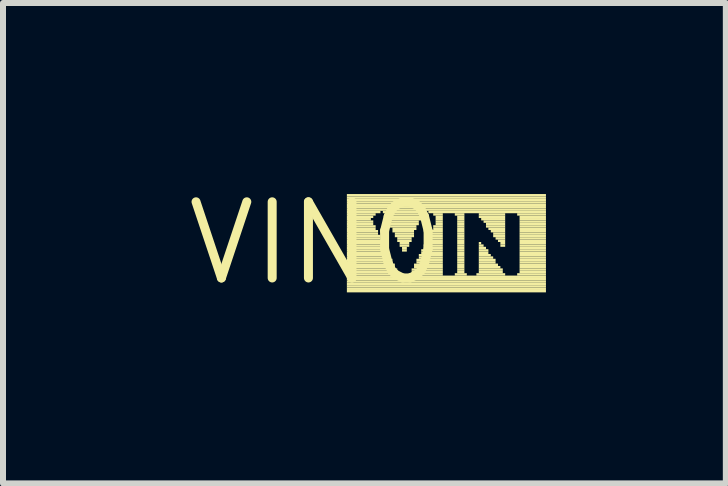
<source format=kicad_pcb>
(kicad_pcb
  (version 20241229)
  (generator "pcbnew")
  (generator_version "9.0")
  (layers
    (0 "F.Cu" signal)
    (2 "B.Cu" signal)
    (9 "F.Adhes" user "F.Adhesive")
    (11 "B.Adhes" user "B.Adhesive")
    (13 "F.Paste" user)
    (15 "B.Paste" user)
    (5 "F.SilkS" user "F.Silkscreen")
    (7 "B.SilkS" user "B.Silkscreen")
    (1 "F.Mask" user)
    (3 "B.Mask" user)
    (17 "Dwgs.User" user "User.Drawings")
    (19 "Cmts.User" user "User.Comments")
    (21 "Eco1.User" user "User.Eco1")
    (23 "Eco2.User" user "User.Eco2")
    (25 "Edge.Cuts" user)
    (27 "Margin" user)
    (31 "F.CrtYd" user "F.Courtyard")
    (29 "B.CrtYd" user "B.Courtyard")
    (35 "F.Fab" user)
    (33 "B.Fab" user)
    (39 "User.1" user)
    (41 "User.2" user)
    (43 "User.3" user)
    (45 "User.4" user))
  (footprint "VIN0"
    (layer "F.Cu")
    (at 2.215 1.006)
    (property "Reference" "VIN0" (at 0 0 0) (layer "F.SilkS") (effects (font (size 1.27 1.27) (thickness 0.15))))
    (fp_poly (pts (xy 0.52 -0.78) (xy 3.84 -0.78) (xy 3.84 -0.82) (xy 0.52 -0.82)) (stroke (width 0) (type solid)) (fill yes) (layer "F.SilkS"))
    (fp_poly (pts (xy 0.52 -0.74) (xy 3.84 -0.74) (xy 3.84 -0.78) (xy 0.52 -0.78)) (stroke (width 0) (type solid)) (fill yes) (layer "F.SilkS"))
    (fp_poly (pts (xy 0.52 -0.7) (xy 3.84 -0.7) (xy 3.84 -0.74) (xy 0.52 -0.74)) (stroke (width 0) (type solid)) (fill yes) (layer "F.SilkS"))
    (fp_poly (pts (xy 0.52 -0.66) (xy 3.84 -0.66) (xy 3.84 -0.7) (xy 0.52 -0.7)) (stroke (width 0) (type solid)) (fill yes) (layer "F.SilkS"))
    (fp_poly (pts (xy 0.52 -0.62) (xy 3.84 -0.62) (xy 3.84 -0.66) (xy 0.52 -0.66)) (stroke (width 0) (type solid)) (fill yes) (layer "F.SilkS"))
    (fp_poly (pts (xy 0.52 -0.58) (xy 3.84 -0.58) (xy 3.84 -0.62) (xy 0.52 -0.62)) (stroke (width 0) (type solid)) (fill yes) (layer "F.SilkS"))
    (fp_poly (pts (xy 0.52 -0.54) (xy 3.84 -0.54) (xy 3.84 -0.58) (xy 0.52 -0.58)) (stroke (width 0) (type solid)) (fill yes) (layer "F.SilkS"))
    (fp_poly (pts (xy 0.52 -0.5) (xy 1.08 -0.5) (xy 1.08 -0.54) (xy 0.52 -0.54)) (stroke (width 0) (type solid)) (fill yes) (layer "F.SilkS"))
    (fp_poly (pts (xy 0.52 -0.46) (xy 1 -0.46) (xy 1 -0.5) (xy 0.52 -0.5)) (stroke (width 0) (type solid)) (fill yes) (layer "F.SilkS"))
    (fp_poly (pts (xy 0.52 -0.42) (xy 0.96 -0.42) (xy 0.96 -0.46) (xy 0.52 -0.46)) (stroke (width 0) (type solid)) (fill yes) (layer "F.SilkS"))
    (fp_poly (pts (xy 0.52 -0.38) (xy 0.92 -0.38) (xy 0.92 -0.42) (xy 0.52 -0.42)) (stroke (width 0) (type solid)) (fill yes) (layer "F.SilkS"))
    (fp_poly (pts (xy 0.52 -0.34) (xy 0.96 -0.34) (xy 0.96 -0.38) (xy 0.52 -0.38)) (stroke (width 0) (type solid)) (fill yes) (layer "F.SilkS"))
    (fp_poly (pts (xy 0.52 -0.3) (xy 0.96 -0.3) (xy 0.96 -0.34) (xy 0.52 -0.34)) (stroke (width 0) (type solid)) (fill yes) (layer "F.SilkS"))
    (fp_poly (pts (xy 0.52 -0.26) (xy 1 -0.26) (xy 1 -0.3) (xy 0.52 -0.3)) (stroke (width 0) (type solid)) (fill yes) (layer "F.SilkS"))
    (fp_poly (pts (xy 0.52 -0.22) (xy 1 -0.22) (xy 1 -0.26) (xy 0.52 -0.26)) (stroke (width 0) (type solid)) (fill yes) (layer "F.SilkS"))
    (fp_poly (pts (xy 0.52 -0.18) (xy 1.04 -0.18) (xy 1.04 -0.22) (xy 0.52 -0.22)) (stroke (width 0) (type solid)) (fill yes) (layer "F.SilkS"))
    (fp_poly (pts (xy 0.52 -0.14) (xy 1.04 -0.14) (xy 1.04 -0.18) (xy 0.52 -0.18)) (stroke (width 0) (type solid)) (fill yes) (layer "F.SilkS"))
    (fp_poly (pts (xy 0.52 -0.1) (xy 1.08 -0.1) (xy 1.08 -0.14) (xy 0.52 -0.14)) (stroke (width 0) (type solid)) (fill yes) (layer "F.SilkS"))
    (fp_poly (pts (xy 0.52 -0.06) (xy 1.08 -0.06) (xy 1.08 -0.1) (xy 0.52 -0.1)) (stroke (width 0) (type solid)) (fill yes) (layer "F.SilkS"))
    (fp_poly (pts (xy 0.52 -0.02) (xy 1.12 -0.02) (xy 1.12 -0.06) (xy 0.52 -0.06)) (stroke (width 0) (type solid)) (fill yes) (layer "F.SilkS"))
    (fp_poly (pts (xy 0.52 0.02) (xy 1.12 0.02) (xy 1.12 -0.02) (xy 0.52 -0.02)) (stroke (width 0) (type solid)) (fill yes) (layer "F.SilkS"))
    (fp_poly (pts (xy 0.52 0.06) (xy 1.16 0.06) (xy 1.16 0.02) (xy 0.52 0.02)) (stroke (width 0) (type solid)) (fill yes) (layer "F.SilkS"))
    (fp_poly (pts (xy 0.52 0.1) (xy 1.16 0.1) (xy 1.16 0.06) (xy 0.52 0.06)) (stroke (width 0) (type solid)) (fill yes) (layer "F.SilkS"))
    (fp_poly (pts (xy 0.52 0.14) (xy 1.2 0.14) (xy 1.2 0.1) (xy 0.52 0.1)) (stroke (width 0) (type solid)) (fill yes) (layer "F.SilkS"))
    (fp_poly (pts (xy 0.52 0.18) (xy 1.2 0.18) (xy 1.2 0.14) (xy 0.52 0.14)) (stroke (width 0) (type solid)) (fill yes) (layer "F.SilkS"))
    (fp_poly (pts (xy 0.52 0.22) (xy 1.24 0.22) (xy 1.24 0.18) (xy 0.52 0.18)) (stroke (width 0) (type solid)) (fill yes) (layer "F.SilkS"))
    (fp_poly (pts (xy 0.52 0.26) (xy 1.24 0.26) (xy 1.24 0.22) (xy 0.52 0.22)) (stroke (width 0) (type solid)) (fill yes) (layer "F.SilkS"))
    (fp_poly (pts (xy 0.52 0.3) (xy 1.28 0.3) (xy 1.28 0.26) (xy 0.52 0.26)) (stroke (width 0) (type solid)) (fill yes) (layer "F.SilkS"))
    (fp_poly (pts (xy 0.52 0.34) (xy 1.28 0.34) (xy 1.28 0.3) (xy 0.52 0.3)) (stroke (width 0) (type solid)) (fill yes) (layer "F.SilkS"))
    (fp_poly (pts (xy 0.52 0.38) (xy 1.32 0.38) (xy 1.32 0.34) (xy 0.52 0.34)) (stroke (width 0) (type solid)) (fill yes) (layer "F.SilkS"))
    (fp_poly (pts (xy 0.52 0.42) (xy 1.32 0.42) (xy 1.32 0.38) (xy 0.52 0.38)) (stroke (width 0) (type solid)) (fill yes) (layer "F.SilkS"))
    (fp_poly (pts (xy 0.52 0.46) (xy 1.36 0.46) (xy 1.36 0.42) (xy 0.52 0.42)) (stroke (width 0) (type solid)) (fill yes) (layer "F.SilkS"))
    (fp_poly (pts (xy 0.52 0.5) (xy 1.36 0.5) (xy 1.36 0.46) (xy 0.52 0.46)) (stroke (width 0) (type solid)) (fill yes) (layer "F.SilkS"))
    (fp_poly (pts (xy 0.52 0.54) (xy 1.4 0.54) (xy 1.4 0.5) (xy 0.52 0.5)) (stroke (width 0) (type solid)) (fill yes) (layer "F.SilkS"))
    (fp_poly (pts (xy 0.52 0.58) (xy 3.84 0.58) (xy 3.84 0.54) (xy 0.52 0.54)) (stroke (width 0) (type solid)) (fill yes) (layer "F.SilkS"))
    (fp_poly (pts (xy 0.52 0.62) (xy 3.84 0.62) (xy 3.84 0.58) (xy 0.52 0.58)) (stroke (width 0) (type solid)) (fill yes) (layer "F.SilkS"))
    (fp_poly (pts (xy 0.52 0.66) (xy 3.84 0.66) (xy 3.84 0.62) (xy 0.52 0.62)) (stroke (width 0) (type solid)) (fill yes) (layer "F.SilkS"))
    (fp_poly (pts (xy 0.52 0.7) (xy 3.84 0.7) (xy 3.84 0.66) (xy 0.52 0.66)) (stroke (width 0) (type solid)) (fill yes) (layer "F.SilkS"))
    (fp_poly (pts (xy 0.52 0.74) (xy 3.84 0.74) (xy 3.84 0.7) (xy 0.52 0.7)) (stroke (width 0) (type solid)) (fill yes) (layer "F.SilkS"))
    (fp_poly (pts (xy 0.52 0.78) (xy 3.84 0.78) (xy 3.84 0.74) (xy 0.52 0.74)) (stroke (width 0) (type solid)) (fill yes) (layer "F.SilkS"))
    (fp_poly (pts (xy 0.52 0.82) (xy 3.84 0.82) (xy 3.84 0.78) (xy 0.52 0.78)) (stroke (width 0) (type solid)) (fill yes) (layer "F.SilkS"))
    (fp_poly (pts (xy 1.12 -0.5) (xy 1.84 -0.5) (xy 1.84 -0.54) (xy 1.12 -0.54)) (stroke (width 0) (type solid)) (fill yes) (layer "F.SilkS"))
    (fp_poly (pts (xy 1.16 -0.46) (xy 1.8 -0.46) (xy 1.8 -0.5) (xy 1.16 -0.5)) (stroke (width 0) (type solid)) (fill yes) (layer "F.SilkS"))
    (fp_poly (pts (xy 1.2 -0.42) (xy 1.76 -0.42) (xy 1.76 -0.46) (xy 1.2 -0.46)) (stroke (width 0) (type solid)) (fill yes) (layer "F.SilkS"))
    (fp_poly (pts (xy 1.2 -0.38) (xy 1.76 -0.38) (xy 1.76 -0.42) (xy 1.2 -0.42)) (stroke (width 0) (type solid)) (fill yes) (layer "F.SilkS"))
    (fp_poly (pts (xy 1.24 -0.34) (xy 1.72 -0.34) (xy 1.72 -0.38) (xy 1.24 -0.38)) (stroke (width 0) (type solid)) (fill yes) (layer "F.SilkS"))
    (fp_poly (pts (xy 1.24 -0.3) (xy 1.72 -0.3) (xy 1.72 -0.34) (xy 1.24 -0.34)) (stroke (width 0) (type solid)) (fill yes) (layer "F.SilkS"))
    (fp_poly (pts (xy 1.24 -0.26) (xy 1.68 -0.26) (xy 1.68 -0.3) (xy 1.24 -0.3)) (stroke (width 0) (type solid)) (fill yes) (layer "F.SilkS"))
    (fp_poly (pts (xy 1.28 -0.22) (xy 1.68 -0.22) (xy 1.68 -0.26) (xy 1.28 -0.26)) (stroke (width 0) (type solid)) (fill yes) (layer "F.SilkS"))
    (fp_poly (pts (xy 1.28 -0.18) (xy 1.64 -0.18) (xy 1.64 -0.22) (xy 1.28 -0.22)) (stroke (width 0) (type solid)) (fill yes) (layer "F.SilkS"))
    (fp_poly (pts (xy 1.32 -0.14) (xy 1.64 -0.14) (xy 1.64 -0.18) (xy 1.32 -0.18)) (stroke (width 0) (type solid)) (fill yes) (layer "F.SilkS"))
    (fp_poly (pts (xy 1.32 -0.1) (xy 1.64 -0.1) (xy 1.64 -0.14) (xy 1.32 -0.14)) (stroke (width 0) (type solid)) (fill yes) (layer "F.SilkS"))
    (fp_poly (pts (xy 1.36 -0.06) (xy 1.6 -0.06) (xy 1.6 -0.1) (xy 1.36 -0.1)) (stroke (width 0) (type solid)) (fill yes) (layer "F.SilkS"))
    (fp_poly (pts (xy 1.36 -0.02) (xy 1.6 -0.02) (xy 1.6 -0.06) (xy 1.36 -0.06)) (stroke (width 0) (type solid)) (fill yes) (layer "F.SilkS"))
    (fp_poly (pts (xy 1.4 0.02) (xy 1.56 0.02) (xy 1.56 -0.02) (xy 1.4 -0.02)) (stroke (width 0) (type solid)) (fill yes) (layer "F.SilkS"))
    (fp_poly (pts (xy 1.4 0.06) (xy 1.56 0.06) (xy 1.56 0.02) (xy 1.4 0.02)) (stroke (width 0) (type solid)) (fill yes) (layer "F.SilkS"))
    (fp_poly (pts (xy 1.44 0.1) (xy 1.52 0.1) (xy 1.52 0.06) (xy 1.44 0.06)) (stroke (width 0) (type solid)) (fill yes) (layer "F.SilkS"))
    (fp_poly (pts (xy 1.44 0.14) (xy 1.52 0.14) (xy 1.52 0.1) (xy 1.44 0.1)) (stroke (width 0) (type solid)) (fill yes) (layer "F.SilkS"))
    (fp_poly (pts (xy 1.56 0.54) (xy 2.12 0.54) (xy 2.12 0.5) (xy 1.56 0.5)) (stroke (width 0) (type solid)) (fill yes) (layer "F.SilkS"))
    (fp_poly (pts (xy 1.6 0.46) (xy 2.12 0.46) (xy 2.12 0.42) (xy 1.6 0.42)) (stroke (width 0) (type solid)) (fill yes) (layer "F.SilkS"))
    (fp_poly (pts (xy 1.6 0.5) (xy 2.12 0.5) (xy 2.12 0.46) (xy 1.6 0.46)) (stroke (width 0) (type solid)) (fill yes) (layer "F.SilkS"))
    (fp_poly (pts (xy 1.64 0.38) (xy 2.12 0.38) (xy 2.12 0.34) (xy 1.64 0.34)) (stroke (width 0) (type solid)) (fill yes) (layer "F.SilkS"))
    (fp_poly (pts (xy 1.64 0.42) (xy 2.12 0.42) (xy 2.12 0.38) (xy 1.64 0.38)) (stroke (width 0) (type solid)) (fill yes) (layer "F.SilkS"))
    (fp_poly (pts (xy 1.68 0.3) (xy 2.12 0.3) (xy 2.12 0.26) (xy 1.68 0.26)) (stroke (width 0) (type solid)) (fill yes) (layer "F.SilkS"))
    (fp_poly (pts (xy 1.68 0.34) (xy 2.12 0.34) (xy 2.12 0.3) (xy 1.68 0.3)) (stroke (width 0) (type solid)) (fill yes) (layer "F.SilkS"))
    (fp_poly (pts (xy 1.72 0.22) (xy 2.12 0.22) (xy 2.12 0.18) (xy 1.72 0.18)) (stroke (width 0) (type solid)) (fill yes) (layer "F.SilkS"))
    (fp_poly (pts (xy 1.72 0.26) (xy 2.12 0.26) (xy 2.12 0.22) (xy 1.72 0.22)) (stroke (width 0) (type solid)) (fill yes) (layer "F.SilkS"))
    (fp_poly (pts (xy 1.76 0.14) (xy 2.12 0.14) (xy 2.12 0.1) (xy 1.76 0.1)) (stroke (width 0) (type solid)) (fill yes) (layer "F.SilkS"))
    (fp_poly (pts (xy 1.76 0.18) (xy 2.12 0.18) (xy 2.12 0.14) (xy 1.76 0.14)) (stroke (width 0) (type solid)) (fill yes) (layer "F.SilkS"))
    (fp_poly (pts (xy 1.8 0.06) (xy 2.12 0.06) (xy 2.12 0.02) (xy 1.8 0.02)) (stroke (width 0) (type solid)) (fill yes) (layer "F.SilkS"))
    (fp_poly (pts (xy 1.8 0.1) (xy 2.12 0.1) (xy 2.12 0.06) (xy 1.8 0.06)) (stroke (width 0) (type solid)) (fill yes) (layer "F.SilkS"))
    (fp_poly (pts (xy 1.84 -0.02) (xy 2.12 -0.02) (xy 2.12 -0.06) (xy 1.84 -0.06)) (stroke (width 0) (type solid)) (fill yes) (layer "F.SilkS"))
    (fp_poly (pts (xy 1.84 0.02) (xy 2.12 0.02) (xy 2.12 -0.02) (xy 1.84 -0.02)) (stroke (width 0) (type solid)) (fill yes) (layer "F.SilkS"))
    (fp_poly (pts (xy 1.88 -0.5) (xy 3.84 -0.5) (xy 3.84 -0.54) (xy 1.88 -0.54)) (stroke (width 0) (type solid)) (fill yes) (layer "F.SilkS"))
    (fp_poly (pts (xy 1.88 -0.1) (xy 2.12 -0.1) (xy 2.12 -0.14) (xy 1.88 -0.14)) (stroke (width 0) (type solid)) (fill yes) (layer "F.SilkS"))
    (fp_poly (pts (xy 1.88 -0.06) (xy 2.12 -0.06) (xy 2.12 -0.1) (xy 1.88 -0.1)) (stroke (width 0) (type solid)) (fill yes) (layer "F.SilkS"))
    (fp_poly (pts (xy 1.92 -0.18) (xy 2.12 -0.18) (xy 2.12 -0.22) (xy 1.92 -0.22)) (stroke (width 0) (type solid)) (fill yes) (layer "F.SilkS"))
    (fp_poly (pts (xy 1.92 -0.14) (xy 2.12 -0.14) (xy 2.12 -0.18) (xy 1.92 -0.18)) (stroke (width 0) (type solid)) (fill yes) (layer "F.SilkS"))
    (fp_poly (pts (xy 1.96 -0.46) (xy 2.12 -0.46) (xy 2.12 -0.5) (xy 1.96 -0.5)) (stroke (width 0) (type solid)) (fill yes) (layer "F.SilkS"))
    (fp_poly (pts (xy 1.96 -0.26) (xy 2.12 -0.26) (xy 2.12 -0.3) (xy 1.96 -0.3)) (stroke (width 0) (type solid)) (fill yes) (layer "F.SilkS"))
    (fp_poly (pts (xy 1.96 -0.22) (xy 2.12 -0.22) (xy 2.12 -0.26) (xy 1.96 -0.26)) (stroke (width 0) (type solid)) (fill yes) (layer "F.SilkS"))
    (fp_poly (pts (xy 2 -0.42) (xy 2.12 -0.42) (xy 2.12 -0.46) (xy 2 -0.46)) (stroke (width 0) (type solid)) (fill yes) (layer "F.SilkS"))
    (fp_poly (pts (xy 2 -0.38) (xy 2.12 -0.38) (xy 2.12 -0.42) (xy 2 -0.42)) (stroke (width 0) (type solid)) (fill yes) (layer "F.SilkS"))
    (fp_poly (pts (xy 2 -0.34) (xy 2.12 -0.34) (xy 2.12 -0.38) (xy 2 -0.38)) (stroke (width 0) (type solid)) (fill yes) (layer "F.SilkS"))
    (fp_poly (pts (xy 2 -0.3) (xy 2.12 -0.3) (xy 2.12 -0.34) (xy 2 -0.34)) (stroke (width 0) (type solid)) (fill yes) (layer "F.SilkS"))
    (fp_poly (pts (xy 2.32 -0.46) (xy 2.48 -0.46) (xy 2.48 -0.5) (xy 2.32 -0.5)) (stroke (width 0) (type solid)) (fill yes) (layer "F.SilkS"))
    (fp_poly (pts (xy 2.32 0.54) (xy 2.52 0.54) (xy 2.52 0.5) (xy 2.32 0.5)) (stroke (width 0) (type solid)) (fill yes) (layer "F.SilkS"))
    (fp_poly (pts (xy 2.36 -0.42) (xy 2.48 -0.42) (xy 2.48 -0.46) (xy 2.36 -0.46)) (stroke (width 0) (type solid)) (fill yes) (layer "F.SilkS"))
    (fp_poly (pts (xy 2.36 -0.38) (xy 2.48 -0.38) (xy 2.48 -0.42) (xy 2.36 -0.42)) (stroke (width 0) (type solid)) (fill yes) (layer "F.SilkS"))
    (fp_poly (pts (xy 2.36 -0.34) (xy 2.48 -0.34) (xy 2.48 -0.38) (xy 2.36 -0.38)) (stroke (width 0) (type solid)) (fill yes) (layer "F.SilkS"))
    (fp_poly (pts (xy 2.36 -0.3) (xy 2.48 -0.3) (xy 2.48 -0.34) (xy 2.36 -0.34)) (stroke (width 0) (type solid)) (fill yes) (layer "F.SilkS"))
    (fp_poly (pts (xy 2.36 -0.26) (xy 2.48 -0.26) (xy 2.48 -0.3) (xy 2.36 -0.3)) (stroke (width 0) (type solid)) (fill yes) (layer "F.SilkS"))
    (fp_poly (pts (xy 2.36 -0.22) (xy 2.48 -0.22) (xy 2.48 -0.26) (xy 2.36 -0.26)) (stroke (width 0) (type solid)) (fill yes) (layer "F.SilkS"))
    (fp_poly (pts (xy 2.36 -0.18) (xy 2.48 -0.18) (xy 2.48 -0.22) (xy 2.36 -0.22)) (stroke (width 0) (type solid)) (fill yes) (layer "F.SilkS"))
    (fp_poly (pts (xy 2.36 -0.14) (xy 2.48 -0.14) (xy 2.48 -0.18) (xy 2.36 -0.18)) (stroke (width 0) (type solid)) (fill yes) (layer "F.SilkS"))
    (fp_poly (pts (xy 2.36 -0.1) (xy 2.48 -0.1) (xy 2.48 -0.14) (xy 2.36 -0.14)) (stroke (width 0) (type solid)) (fill yes) (layer "F.SilkS"))
    (fp_poly (pts (xy 2.36 -0.06) (xy 2.48 -0.06) (xy 2.48 -0.1) (xy 2.36 -0.1)) (stroke (width 0) (type solid)) (fill yes) (layer "F.SilkS"))
    (fp_poly (pts (xy 2.36 -0.02) (xy 2.48 -0.02) (xy 2.48 -0.06) (xy 2.36 -0.06)) (stroke (width 0) (type solid)) (fill yes) (layer "F.SilkS"))
    (fp_poly (pts (xy 2.36 0.02) (xy 2.48 0.02) (xy 2.48 -0.02) (xy 2.36 -0.02)) (stroke (width 0) (type solid)) (fill yes) (layer "F.SilkS"))
    (fp_poly (pts (xy 2.36 0.06) (xy 2.48 0.06) (xy 2.48 0.02) (xy 2.36 0.02)) (stroke (width 0) (type solid)) (fill yes) (layer "F.SilkS"))
    (fp_poly (pts (xy 2.36 0.1) (xy 2.48 0.1) (xy 2.48 0.06) (xy 2.36 0.06)) (stroke (width 0) (type solid)) (fill yes) (layer "F.SilkS"))
    (fp_poly (pts (xy 2.36 0.14) (xy 2.48 0.14) (xy 2.48 0.1) (xy 2.36 0.1)) (stroke (width 0) (type solid)) (fill yes) (layer "F.SilkS"))
    (fp_poly (pts (xy 2.36 0.18) (xy 2.48 0.18) (xy 2.48 0.14) (xy 2.36 0.14)) (stroke (width 0) (type solid)) (fill yes) (layer "F.SilkS"))
    (fp_poly (pts (xy 2.36 0.22) (xy 2.48 0.22) (xy 2.48 0.18) (xy 2.36 0.18)) (stroke (width 0) (type solid)) (fill yes) (layer "F.SilkS"))
    (fp_poly (pts (xy 2.36 0.26) (xy 2.48 0.26) (xy 2.48 0.22) (xy 2.36 0.22)) (stroke (width 0) (type solid)) (fill yes) (layer "F.SilkS"))
    (fp_poly (pts (xy 2.36 0.3) (xy 2.48 0.3) (xy 2.48 0.26) (xy 2.36 0.26)) (stroke (width 0) (type solid)) (fill yes) (layer "F.SilkS"))
    (fp_poly (pts (xy 2.36 0.34) (xy 2.48 0.34) (xy 2.48 0.3) (xy 2.36 0.3)) (stroke (width 0) (type solid)) (fill yes) (layer "F.SilkS"))
    (fp_poly (pts (xy 2.36 0.38) (xy 2.48 0.38) (xy 2.48 0.34) (xy 2.36 0.34)) (stroke (width 0) (type solid)) (fill yes) (layer "F.SilkS"))
    (fp_poly (pts (xy 2.36 0.42) (xy 2.48 0.42) (xy 2.48 0.38) (xy 2.36 0.38)) (stroke (width 0) (type solid)) (fill yes) (layer "F.SilkS"))
    (fp_poly (pts (xy 2.36 0.46) (xy 2.48 0.46) (xy 2.48 0.42) (xy 2.36 0.42)) (stroke (width 0) (type solid)) (fill yes) (layer "F.SilkS"))
    (fp_poly (pts (xy 2.36 0.5) (xy 2.48 0.5) (xy 2.48 0.46) (xy 2.36 0.46)) (stroke (width 0) (type solid)) (fill yes) (layer "F.SilkS"))
    (fp_poly (pts (xy 2.68 0.54) (xy 3.16 0.54) (xy 3.16 0.5) (xy 2.68 0.5)) (stroke (width 0) (type solid)) (fill yes) (layer "F.SilkS"))
    (fp_poly (pts (xy 2.72 -0.46) (xy 3.16 -0.46) (xy 3.16 -0.5) (xy 2.72 -0.5)) (stroke (width 0) (type solid)) (fill yes) (layer "F.SilkS"))
    (fp_poly (pts (xy 2.72 -0.42) (xy 3.16 -0.42) (xy 3.16 -0.46) (xy 2.72 -0.46)) (stroke (width 0) (type solid)) (fill yes) (layer "F.SilkS"))
    (fp_poly (pts (xy 2.72 0.02) (xy 2.76 0.02) (xy 2.76 -0.02) (xy 2.72 -0.02)) (stroke (width 0) (type solid)) (fill yes) (layer "F.SilkS"))
    (fp_poly (pts (xy 2.72 0.06) (xy 2.8 0.06) (xy 2.8 0.02) (xy 2.72 0.02)) (stroke (width 0) (type solid)) (fill yes) (layer "F.SilkS"))
    (fp_poly (pts (xy 2.72 0.1) (xy 2.84 0.1) (xy 2.84 0.06) (xy 2.72 0.06)) (stroke (width 0) (type solid)) (fill yes) (layer "F.SilkS"))
    (fp_poly (pts (xy 2.72 0.14) (xy 2.88 0.14) (xy 2.88 0.1) (xy 2.72 0.1)) (stroke (width 0) (type solid)) (fill yes) (layer "F.SilkS"))
    (fp_poly (pts (xy 2.72 0.18) (xy 2.88 0.18) (xy 2.88 0.14) (xy 2.72 0.14)) (stroke (width 0) (type solid)) (fill yes) (layer "F.SilkS"))
    (fp_poly (pts (xy 2.72 0.22) (xy 2.92 0.22) (xy 2.92 0.18) (xy 2.72 0.18)) (stroke (width 0) (type solid)) (fill yes) (layer "F.SilkS"))
    (fp_poly (pts (xy 2.72 0.26) (xy 2.96 0.26) (xy 2.96 0.22) (xy 2.72 0.22)) (stroke (width 0) (type solid)) (fill yes) (layer "F.SilkS"))
    (fp_poly (pts (xy 2.72 0.3) (xy 3 0.3) (xy 3 0.26) (xy 2.72 0.26)) (stroke (width 0) (type solid)) (fill yes) (layer "F.SilkS"))
    (fp_poly (pts (xy 2.72 0.34) (xy 3 0.34) (xy 3 0.3) (xy 2.72 0.3)) (stroke (width 0) (type solid)) (fill yes) (layer "F.SilkS"))
    (fp_poly (pts (xy 2.72 0.38) (xy 3.04 0.38) (xy 3.04 0.34) (xy 2.72 0.34)) (stroke (width 0) (type solid)) (fill yes) (layer "F.SilkS"))
    (fp_poly (pts (xy 2.72 0.42) (xy 3.08 0.42) (xy 3.08 0.38) (xy 2.72 0.38)) (stroke (width 0) (type solid)) (fill yes) (layer "F.SilkS"))
    (fp_poly (pts (xy 2.72 0.46) (xy 3.12 0.46) (xy 3.12 0.42) (xy 2.72 0.42)) (stroke (width 0) (type solid)) (fill yes) (layer "F.SilkS"))
    (fp_poly (pts (xy 2.72 0.5) (xy 3.12 0.5) (xy 3.12 0.46) (xy 2.72 0.46)) (stroke (width 0) (type solid)) (fill yes) (layer "F.SilkS"))
    (fp_poly (pts (xy 2.76 -0.38) (xy 3.16 -0.38) (xy 3.16 -0.42) (xy 2.76 -0.42)) (stroke (width 0) (type solid)) (fill yes) (layer "F.SilkS"))
    (fp_poly (pts (xy 2.8 -0.34) (xy 3.16 -0.34) (xy 3.16 -0.38) (xy 2.8 -0.38)) (stroke (width 0) (type solid)) (fill yes) (layer "F.SilkS"))
    (fp_poly (pts (xy 2.84 -0.3) (xy 3.16 -0.3) (xy 3.16 -0.34) (xy 2.84 -0.34)) (stroke (width 0) (type solid)) (fill yes) (layer "F.SilkS"))
    (fp_poly (pts (xy 2.84 -0.26) (xy 3.16 -0.26) (xy 3.16 -0.3) (xy 2.84 -0.3)) (stroke (width 0) (type solid)) (fill yes) (layer "F.SilkS"))
    (fp_poly (pts (xy 2.88 -0.22) (xy 3.16 -0.22) (xy 3.16 -0.26) (xy 2.88 -0.26)) (stroke (width 0) (type solid)) (fill yes) (layer "F.SilkS"))
    (fp_poly (pts (xy 2.92 -0.18) (xy 3.16 -0.18) (xy 3.16 -0.22) (xy 2.92 -0.22)) (stroke (width 0) (type solid)) (fill yes) (layer "F.SilkS"))
    (fp_poly (pts (xy 2.96 -0.14) (xy 3.16 -0.14) (xy 3.16 -0.18) (xy 2.96 -0.18)) (stroke (width 0) (type solid)) (fill yes) (layer "F.SilkS"))
    (fp_poly (pts (xy 2.96 -0.1) (xy 3.16 -0.1) (xy 3.16 -0.14) (xy 2.96 -0.14)) (stroke (width 0) (type solid)) (fill yes) (layer "F.SilkS"))
    (fp_poly (pts (xy 3 -0.06) (xy 3.16 -0.06) (xy 3.16 -0.1) (xy 3 -0.1)) (stroke (width 0) (type solid)) (fill yes) (layer "F.SilkS"))
    (fp_poly (pts (xy 3.04 -0.02) (xy 3.16 -0.02) (xy 3.16 -0.06) (xy 3.04 -0.06)) (stroke (width 0) (type solid)) (fill yes) (layer "F.SilkS"))
    (fp_poly (pts (xy 3.08 0.02) (xy 3.16 0.02) (xy 3.16 -0.02) (xy 3.08 -0.02)) (stroke (width 0) (type solid)) (fill yes) (layer "F.SilkS"))
    (fp_poly (pts (xy 3.08 0.06) (xy 3.16 0.06) (xy 3.16 0.02) (xy 3.08 0.02)) (stroke (width 0) (type solid)) (fill yes) (layer "F.SilkS"))
    (fp_poly (pts (xy 3.36 -0.46) (xy 3.84 -0.46) (xy 3.84 -0.5) (xy 3.36 -0.5)) (stroke (width 0) (type solid)) (fill yes) (layer "F.SilkS"))
    (fp_poly (pts (xy 3.36 0.54) (xy 3.84 0.54) (xy 3.84 0.5) (xy 3.36 0.5)) (stroke (width 0) (type solid)) (fill yes) (layer "F.SilkS"))
    (fp_poly (pts (xy 3.4 -0.42) (xy 3.84 -0.42) (xy 3.84 -0.46) (xy 3.4 -0.46)) (stroke (width 0) (type solid)) (fill yes) (layer "F.SilkS"))
    (fp_poly (pts (xy 3.4 -0.38) (xy 3.84 -0.38) (xy 3.84 -0.42) (xy 3.4 -0.42)) (stroke (width 0) (type solid)) (fill yes) (layer "F.SilkS"))
    (fp_poly (pts (xy 3.4 -0.34) (xy 3.84 -0.34) (xy 3.84 -0.38) (xy 3.4 -0.38)) (stroke (width 0) (type solid)) (fill yes) (layer "F.SilkS"))
    (fp_poly (pts (xy 3.4 -0.3) (xy 3.84 -0.3) (xy 3.84 -0.34) (xy 3.4 -0.34)) (stroke (width 0) (type solid)) (fill yes) (layer "F.SilkS"))
    (fp_poly (pts (xy 3.4 -0.26) (xy 3.84 -0.26) (xy 3.84 -0.3) (xy 3.4 -0.3)) (stroke (width 0) (type solid)) (fill yes) (layer "F.SilkS"))
    (fp_poly (pts (xy 3.4 -0.22) (xy 3.84 -0.22) (xy 3.84 -0.26) (xy 3.4 -0.26)) (stroke (width 0) (type solid)) (fill yes) (layer "F.SilkS"))
    (fp_poly (pts (xy 3.4 -0.18) (xy 3.84 -0.18) (xy 3.84 -0.22) (xy 3.4 -0.22)) (stroke (width 0) (type solid)) (fill yes) (layer "F.SilkS"))
    (fp_poly (pts (xy 3.4 -0.14) (xy 3.84 -0.14) (xy 3.84 -0.18) (xy 3.4 -0.18)) (stroke (width 0) (type solid)) (fill yes) (layer "F.SilkS"))
    (fp_poly (pts (xy 3.4 -0.1) (xy 3.84 -0.1) (xy 3.84 -0.14) (xy 3.4 -0.14)) (stroke (width 0) (type solid)) (fill yes) (layer "F.SilkS"))
    (fp_poly (pts (xy 3.4 -0.06) (xy 3.84 -0.06) (xy 3.84 -0.1) (xy 3.4 -0.1)) (stroke (width 0) (type solid)) (fill yes) (layer "F.SilkS"))
    (fp_poly (pts (xy 3.4 -0.02) (xy 3.84 -0.02) (xy 3.84 -0.06) (xy 3.4 -0.06)) (stroke (width 0) (type solid)) (fill yes) (layer "F.SilkS"))
    (fp_poly (pts (xy 3.4 0.02) (xy 3.84 0.02) (xy 3.84 -0.02) (xy 3.4 -0.02)) (stroke (width 0) (type solid)) (fill yes) (layer "F.SilkS"))
    (fp_poly (pts (xy 3.4 0.06) (xy 3.84 0.06) (xy 3.84 0.02) (xy 3.4 0.02)) (stroke (width 0) (type solid)) (fill yes) (layer "F.SilkS"))
    (fp_poly (pts (xy 3.4 0.1) (xy 3.84 0.1) (xy 3.84 0.06) (xy 3.4 0.06)) (stroke (width 0) (type solid)) (fill yes) (layer "F.SilkS"))
    (fp_poly (pts (xy 3.4 0.14) (xy 3.84 0.14) (xy 3.84 0.1) (xy 3.4 0.1)) (stroke (width 0) (type solid)) (fill yes) (layer "F.SilkS"))
    (fp_poly (pts (xy 3.4 0.18) (xy 3.84 0.18) (xy 3.84 0.14) (xy 3.4 0.14)) (stroke (width 0) (type solid)) (fill yes) (layer "F.SilkS"))
    (fp_poly (pts (xy 3.4 0.22) (xy 3.84 0.22) (xy 3.84 0.18) (xy 3.4 0.18)) (stroke (width 0) (type solid)) (fill yes) (layer "F.SilkS"))
    (fp_poly (pts (xy 3.4 0.26) (xy 3.84 0.26) (xy 3.84 0.22) (xy 3.4 0.22)) (stroke (width 0) (type solid)) (fill yes) (layer "F.SilkS"))
    (fp_poly (pts (xy 3.4 0.3) (xy 3.84 0.3) (xy 3.84 0.26) (xy 3.4 0.26)) (stroke (width 0) (type solid)) (fill yes) (layer "F.SilkS"))
    (fp_poly (pts (xy 3.4 0.34) (xy 3.84 0.34) (xy 3.84 0.3) (xy 3.4 0.3)) (stroke (width 0) (type solid)) (fill yes) (layer "F.SilkS"))
    (fp_poly (pts (xy 3.4 0.38) (xy 3.84 0.38) (xy 3.84 0.34) (xy 3.4 0.34)) (stroke (width 0) (type solid)) (fill yes) (layer "F.SilkS"))
    (fp_poly (pts (xy 3.4 0.42) (xy 3.84 0.42) (xy 3.84 0.38) (xy 3.4 0.38)) (stroke (width 0) (type solid)) (fill yes) (layer "F.SilkS"))
    (fp_poly (pts (xy 3.4 0.46) (xy 3.84 0.46) (xy 3.84 0.42) (xy 3.4 0.42)) (stroke (width 0) (type solid)) (fill yes) (layer "F.SilkS"))
    (fp_poly (pts (xy 3.4 0.5) (xy 3.84 0.5) (xy 3.84 0.46) (xy 3.4 0.46)) (stroke (width 0) (type solid)) (fill yes) (layer "F.SilkS")))
  (gr_rect
    (start -3 -3)
    (end 9.055 5.012)
    (stroke (width 0.1) (type default))
    (fill no)
    (layer "Edge.Cuts")))
</source>
